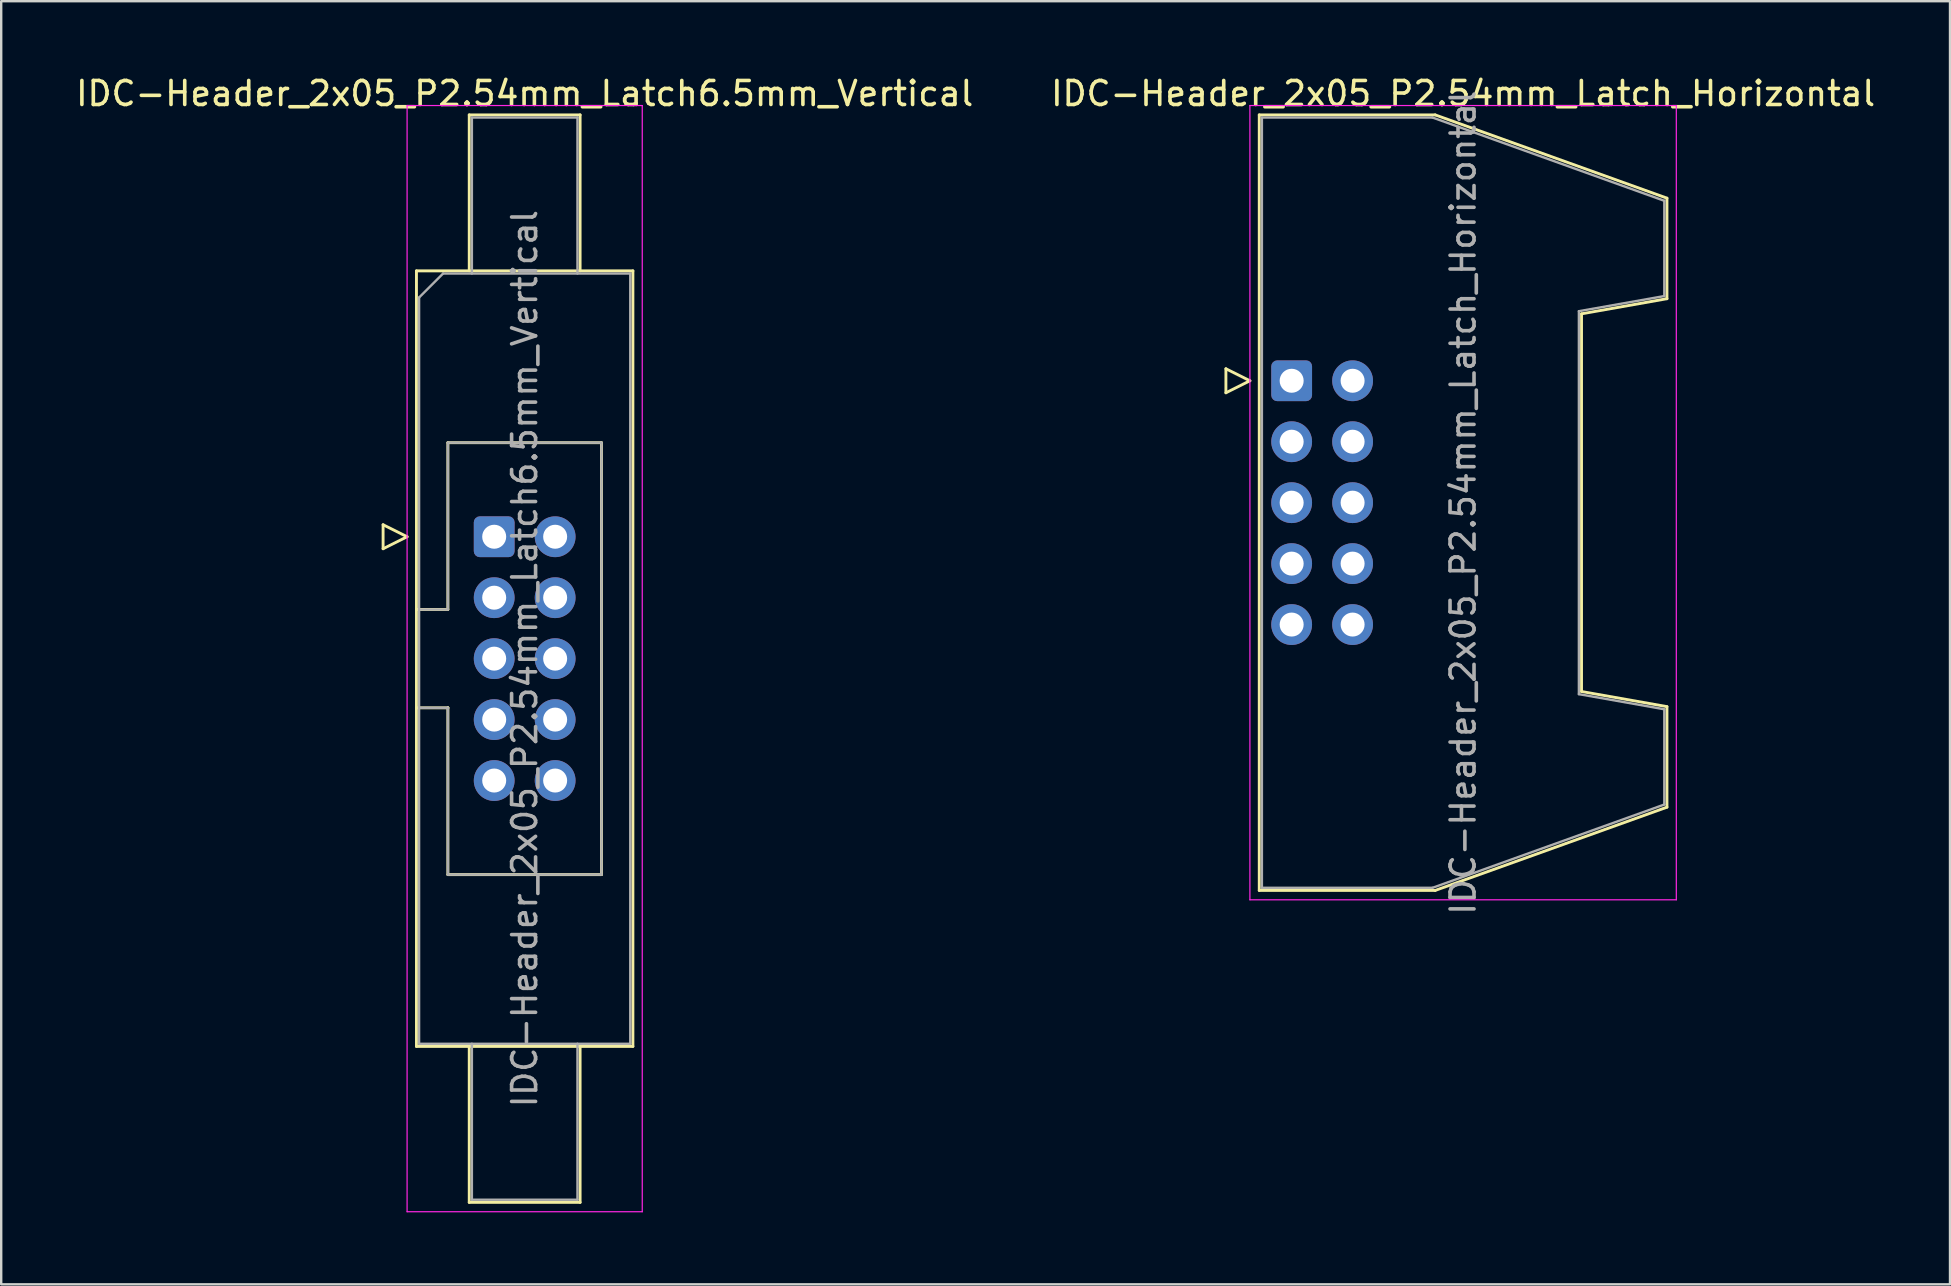
<source format=kicad_pcb>
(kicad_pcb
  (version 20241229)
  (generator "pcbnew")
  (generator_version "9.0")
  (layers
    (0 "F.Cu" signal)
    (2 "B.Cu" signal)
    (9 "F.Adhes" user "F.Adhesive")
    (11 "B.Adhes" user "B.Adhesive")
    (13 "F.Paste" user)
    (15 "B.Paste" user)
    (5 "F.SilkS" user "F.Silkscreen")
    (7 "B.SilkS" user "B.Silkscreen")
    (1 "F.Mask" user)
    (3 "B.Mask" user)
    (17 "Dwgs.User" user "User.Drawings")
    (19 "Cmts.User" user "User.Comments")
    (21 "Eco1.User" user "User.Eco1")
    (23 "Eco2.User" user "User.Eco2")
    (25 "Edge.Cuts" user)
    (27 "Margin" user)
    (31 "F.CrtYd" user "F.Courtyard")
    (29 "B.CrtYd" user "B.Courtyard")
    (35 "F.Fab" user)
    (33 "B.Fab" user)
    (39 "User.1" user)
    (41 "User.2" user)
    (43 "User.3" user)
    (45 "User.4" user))
  (footprint "IDC-Header_2x05_P2.54mm_Latch6.5mm_Vertical"
    (layer "F.Cu")
    (at 17.545 19.318)
    (property "Reference" "IDC-Header_2x05_P2.54mm_Latch6.5mm_Vertical" (at 1.27 -18.47 0) (layer "F.SilkS") (effects (font (size 1 1) (thickness 0.15))))
    (attr through_hole)
    (fp_line (start -4.63 -0.5) (end -4.63 0.5) (stroke (width 0.12) (type solid)) (layer "F.SilkS"))
    (fp_line (start -4.63 0.5) (end -3.63 0) (stroke (width 0.12) (type solid)) (layer "F.SilkS"))
    (fp_line (start -3.63 0) (end -4.63 -0.5) (stroke (width 0.12) (type solid)) (layer "F.SilkS"))
    (fp_line (start -3.24 -11.08) (end 5.78 -11.08) (stroke (width 0.12) (type solid)) (layer "F.SilkS"))
    (fp_line (start -3.24 3.03) (end -1.93 3.03) (stroke (width 0.12) (type solid)) (layer "F.SilkS"))
    (fp_line (start -3.24 21.24) (end -3.24 -11.08) (stroke (width 0.12) (type solid)) (layer "F.SilkS"))
    (fp_line (start -1.93 -3.92) (end 4.47 -3.92) (stroke (width 0.12) (type solid)) (layer "F.SilkS"))
    (fp_line (start -1.93 3.03) (end -1.93 -3.92) (stroke (width 0.12) (type solid)) (layer "F.SilkS"))
    (fp_line (start -1.93 7.13) (end -3.24 7.13) (stroke (width 0.12) (type solid)) (layer "F.SilkS"))
    (fp_line (start -1.93 7.13) (end -1.93 7.13) (stroke (width 0.12) (type solid)) (layer "F.SilkS"))
    (fp_line (start -1.93 14.08) (end -1.93 7.13) (stroke (width 0.12) (type solid)) (layer "F.SilkS"))
    (fp_line (start -1.04 -17.58) (end 3.58 -17.58) (stroke (width 0.12) (type solid)) (layer "F.SilkS"))
    (fp_line (start -1.04 -11.08) (end -1.04 -17.58) (stroke (width 0.12) (type solid)) (layer "F.SilkS"))
    (fp_line (start -1.04 21.24) (end -1.04 27.74) (stroke (width 0.12) (type solid)) (layer "F.SilkS"))
    (fp_line (start -1.04 27.74) (end 3.58 27.74) (stroke (width 0.12) (type solid)) (layer "F.SilkS"))
    (fp_line (start 3.58 -17.58) (end 3.58 -11.08) (stroke (width 0.12) (type solid)) (layer "F.SilkS"))
    (fp_line (start 3.58 27.74) (end 3.58 21.24) (stroke (width 0.12) (type solid)) (layer "F.SilkS"))
    (fp_line (start 4.47 -3.92) (end 4.47 14.08) (stroke (width 0.12) (type solid)) (layer "F.SilkS"))
    (fp_line (start 4.47 14.08) (end -1.93 14.08) (stroke (width 0.12) (type solid)) (layer "F.SilkS"))
    (fp_line (start 5.78 -11.08) (end 5.78 21.24) (stroke (width 0.12) (type solid)) (layer "F.SilkS"))
    (fp_line (start 5.78 21.24) (end -3.24 21.24) (stroke (width 0.12) (type solid)) (layer "F.SilkS"))
    (fp_line (start -3.63 -17.97) (end -3.63 28.13) (stroke (width 0.05) (type solid)) (layer "F.CrtYd"))
    (fp_line (start -3.63 28.13) (end 6.17 28.13) (stroke (width 0.05) (type solid)) (layer "F.CrtYd"))
    (fp_line (start 6.17 -17.97) (end -3.63 -17.97) (stroke (width 0.05) (type solid)) (layer "F.CrtYd"))
    (fp_line (start 6.17 28.13) (end 6.17 -17.97) (stroke (width 0.05) (type solid)) (layer "F.CrtYd"))
    (fp_line (start -3.13 -9.97) (end -2.13 -10.97) (stroke (width 0.1) (type solid)) (layer "F.Fab"))
    (fp_line (start -3.13 3.03) (end -1.93 3.03) (stroke (width 0.1) (type solid)) (layer "F.Fab"))
    (fp_line (start -3.13 21.13) (end -3.13 -9.97) (stroke (width 0.1) (type solid)) (layer "F.Fab"))
    (fp_line (start -2.13 -10.97) (end 5.67 -10.97) (stroke (width 0.1) (type solid)) (layer "F.Fab"))
    (fp_line (start -1.93 -3.92) (end 4.47 -3.92) (stroke (width 0.1) (type solid)) (layer "F.Fab"))
    (fp_line (start -1.93 3.03) (end -1.93 -3.92) (stroke (width 0.1) (type solid)) (layer "F.Fab"))
    (fp_line (start -1.93 7.13) (end -3.13 7.13) (stroke (width 0.1) (type solid)) (layer "F.Fab"))
    (fp_line (start -1.93 7.13) (end -1.93 7.13) (stroke (width 0.1) (type solid)) (layer "F.Fab"))
    (fp_line (start -1.93 14.08) (end -1.93 7.13) (stroke (width 0.1) (type solid)) (layer "F.Fab"))
    (fp_line (start -0.93 -17.47) (end 3.47 -17.47) (stroke (width 0.1) (type solid)) (layer "F.Fab"))
    (fp_line (start -0.93 -10.97) (end -0.93 -17.47) (stroke (width 0.1) (type solid)) (layer "F.Fab"))
    (fp_line (start -0.93 21.13) (end -0.93 27.63) (stroke (width 0.1) (type solid)) (layer "F.Fab"))
    (fp_line (start -0.93 27.63) (end 3.47 27.63) (stroke (width 0.1) (type solid)) (layer "F.Fab"))
    (fp_line (start 3.47 -17.47) (end 3.47 -10.97) (stroke (width 0.1) (type solid)) (layer "F.Fab"))
    (fp_line (start 3.47 27.63) (end 3.47 21.13) (stroke (width 0.1) (type solid)) (layer "F.Fab"))
    (fp_line (start 4.47 -3.92) (end 4.47 14.08) (stroke (width 0.1) (type solid)) (layer "F.Fab"))
    (fp_line (start 4.47 14.08) (end -1.93 14.08) (stroke (width 0.1) (type solid)) (layer "F.Fab"))
    (fp_line (start 5.67 -10.97) (end 5.67 21.13) (stroke (width 0.1) (type solid)) (layer "F.Fab"))
    (fp_line (start 5.67 21.13) (end -3.13 21.13) (stroke (width 0.1) (type solid)) (layer "F.Fab"))
    (fp_text user "${REFERENCE}" (at 1.27 5.08 90) (layer "F.Fab") (effects (font (size 1 1) (thickness 0.15))))
    (pad "1" thru_hole roundrect (at 0 0) (size 1.7 1.7) (drill 1) (layers "*.Cu" "*.Mask") (roundrect_rratio 0.147))
    (pad "2" thru_hole circle (at 2.54 0) (size 1.7 1.7) (drill 1) (layers "*.Cu" "*.Mask"))
    (pad "3" thru_hole circle (at 0 2.54) (size 1.7 1.7) (drill 1) (layers "*.Cu" "*.Mask"))
    (pad "4" thru_hole circle (at 2.54 2.54) (size 1.7 1.7) (drill 1) (layers "*.Cu" "*.Mask"))
    (pad "5" thru_hole circle (at 0 5.08) (size 1.7 1.7) (drill 1) (layers "*.Cu" "*.Mask"))
    (pad "6" thru_hole circle (at 2.54 5.08) (size 1.7 1.7) (drill 1) (layers "*.Cu" "*.Mask"))
    (pad "7" thru_hole circle (at 0 7.62) (size 1.7 1.7) (drill 1) (layers "*.Cu" "*.Mask"))
    (pad "8" thru_hole circle (at 2.54 7.62) (size 1.7 1.7) (drill 1) (layers "*.Cu" "*.Mask"))
    (pad "9" thru_hole circle (at 0 10.16) (size 1.7 1.7) (drill 1) (layers "*.Cu" "*.Mask"))
    (pad "10" thru_hole circle (at 2.54 10.16) (size 1.7 1.7) (drill 1) (layers "*.Cu" "*.Mask")))
  (footprint "IDC-Header_2x05_P2.54mm_Latch_Horizontal"
    (layer "F.Cu")
    (at 50.778 12.818)
    (property "Reference" "IDC-Header_2x05_P2.54mm_Latch_Horizontal" (at 7.145 -11.97 0) (layer "F.SilkS") (effects (font (size 1 1) (thickness 0.15))))
    (attr through_hole)
    (fp_line (start -2.74 -0.5) (end -2.74 0.5) (stroke (width 0.12) (type solid)) (layer "F.SilkS"))
    (fp_line (start -2.74 0.5) (end -1.74 0) (stroke (width 0.12) (type solid)) (layer "F.SilkS"))
    (fp_line (start -1.74 0) (end -2.74 -0.5) (stroke (width 0.12) (type solid)) (layer "F.SilkS"))
    (fp_line (start -1.35 -11.08) (end 5.98 -11.08) (stroke (width 0.12) (type solid)) (layer "F.SilkS"))
    (fp_line (start -1.35 21.24) (end -1.35 -11.08) (stroke (width 0.12) (type solid)) (layer "F.SilkS"))
    (fp_line (start 5.98 -11.08) (end 15.64 -7.61) (stroke (width 0.12) (type solid)) (layer "F.SilkS"))
    (fp_line (start 5.98 21.24) (end -1.35 21.24) (stroke (width 0.12) (type solid)) (layer "F.SilkS"))
    (fp_line (start 12.08 -2.79) (end 12.08 12.95) (stroke (width 0.12) (type solid)) (layer "F.SilkS"))
    (fp_line (start 12.08 12.95) (end 15.64 13.58) (stroke (width 0.12) (type solid)) (layer "F.SilkS"))
    (fp_line (start 15.64 -7.61) (end 15.64 -3.42) (stroke (width 0.12) (type solid)) (layer "F.SilkS"))
    (fp_line (start 15.64 -3.42) (end 12.08 -2.79) (stroke (width 0.12) (type solid)) (layer "F.SilkS"))
    (fp_line (start 15.64 13.58) (end 15.64 17.77) (stroke (width 0.12) (type solid)) (layer "F.SilkS"))
    (fp_line (start 15.64 17.77) (end 5.98 21.24) (stroke (width 0.12) (type solid)) (layer "F.SilkS"))
    (fp_line (start -1.74 -11.47) (end -1.74 21.63) (stroke (width 0.05) (type solid)) (layer "F.CrtYd"))
    (fp_line (start -1.74 21.63) (end 16.03 21.63) (stroke (width 0.05) (type solid)) (layer "F.CrtYd"))
    (fp_line (start 16.03 -11.47) (end -1.74 -11.47) (stroke (width 0.05) (type solid)) (layer "F.CrtYd"))
    (fp_line (start 16.03 21.63) (end 16.03 -11.47) (stroke (width 0.05) (type solid)) (layer "F.CrtYd"))
    (fp_line (start -1.24 -10.97) (end 5.87 -10.97) (stroke (width 0.1) (type solid)) (layer "F.Fab"))
    (fp_line (start -1.24 21.13) (end -1.24 -10.97) (stroke (width 0.1) (type solid)) (layer "F.Fab"))
    (fp_line (start 5.87 -10.97) (end 15.53 -7.5) (stroke (width 0.1) (type solid)) (layer "F.Fab"))
    (fp_line (start 5.87 21.13) (end -1.24 21.13) (stroke (width 0.1) (type solid)) (layer "F.Fab"))
    (fp_line (start 11.97 -2.9) (end 11.97 13.06) (stroke (width 0.1) (type solid)) (layer "F.Fab"))
    (fp_line (start 11.97 13.06) (end 15.53 13.69) (stroke (width 0.1) (type solid)) (layer "F.Fab"))
    (fp_line (start 15.53 -7.5) (end 15.53 -3.53) (stroke (width 0.1) (type solid)) (layer "F.Fab"))
    (fp_line (start 15.53 -3.53) (end 11.97 -2.9) (stroke (width 0.1) (type solid)) (layer "F.Fab"))
    (fp_line (start 15.53 13.69) (end 15.53 17.66) (stroke (width 0.1) (type solid)) (layer "F.Fab"))
    (fp_line (start 15.53 17.66) (end 5.87 21.13) (stroke (width 0.1) (type solid)) (layer "F.Fab"))
    (fp_text user "${REFERENCE}" (at 7.145 5.08 90) (layer "F.Fab") (effects (font (size 1 1) (thickness 0.15))))
    (pad "1" thru_hole roundrect (at 0 0) (size 1.7 1.7) (drill 1) (layers "*.Cu" "*.Mask") (roundrect_rratio 0.147))
    (pad "2" thru_hole circle (at 2.54 0) (size 1.7 1.7) (drill 1) (layers "*.Cu" "*.Mask"))
    (pad "3" thru_hole circle (at 0 2.54) (size 1.7 1.7) (drill 1) (layers "*.Cu" "*.Mask"))
    (pad "4" thru_hole circle (at 2.54 2.54) (size 1.7 1.7) (drill 1) (layers "*.Cu" "*.Mask"))
    (pad "5" thru_hole circle (at 0 5.08) (size 1.7 1.7) (drill 1) (layers "*.Cu" "*.Mask"))
    (pad "6" thru_hole circle (at 2.54 5.08) (size 1.7 1.7) (drill 1) (layers "*.Cu" "*.Mask"))
    (pad "7" thru_hole circle (at 0 7.62) (size 1.7 1.7) (drill 1) (layers "*.Cu" "*.Mask"))
    (pad "8" thru_hole circle (at 2.54 7.62) (size 1.7 1.7) (drill 1) (layers "*.Cu" "*.Mask"))
    (pad "9" thru_hole circle (at 0 10.16) (size 1.7 1.7) (drill 1) (layers "*.Cu" "*.Mask"))
    (pad "10" thru_hole circle (at 2.54 10.16) (size 1.7 1.7) (drill 1) (layers "*.Cu" "*.Mask")))
  (gr_rect
    (start -3 -3)
    (end 78.214 50.473)
    (stroke (width 0.1) (type default))
    (fill no)
    (layer "Edge.Cuts")))
</source>
